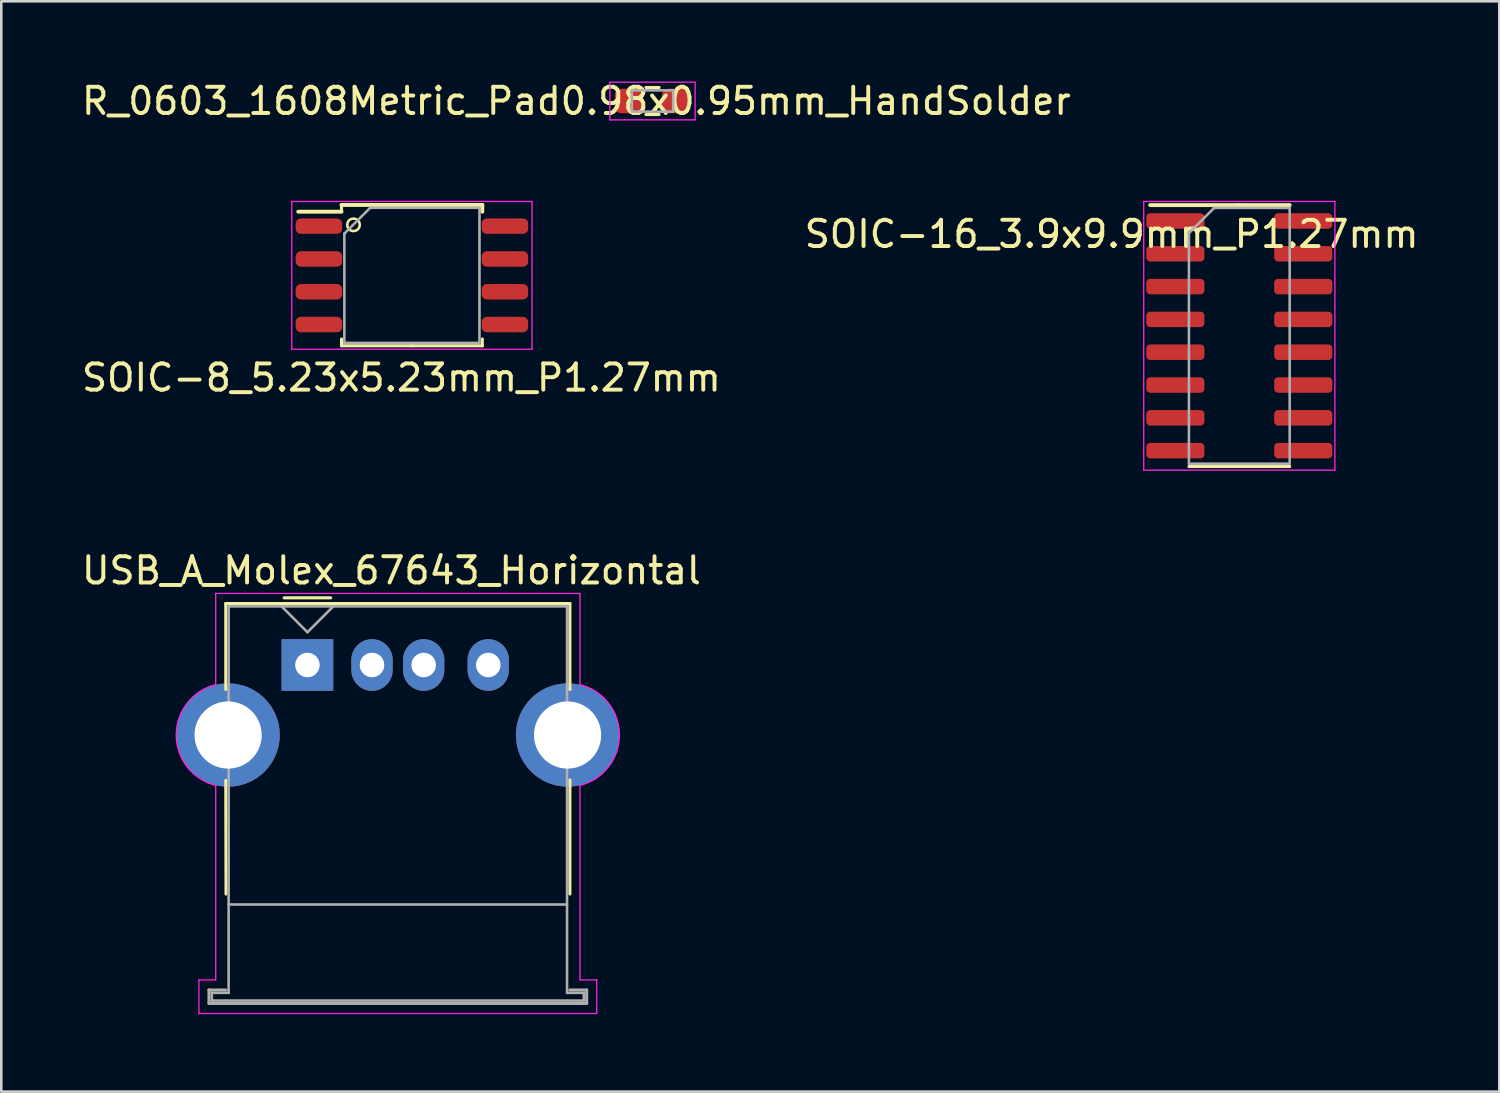
<source format=kicad_pcb>
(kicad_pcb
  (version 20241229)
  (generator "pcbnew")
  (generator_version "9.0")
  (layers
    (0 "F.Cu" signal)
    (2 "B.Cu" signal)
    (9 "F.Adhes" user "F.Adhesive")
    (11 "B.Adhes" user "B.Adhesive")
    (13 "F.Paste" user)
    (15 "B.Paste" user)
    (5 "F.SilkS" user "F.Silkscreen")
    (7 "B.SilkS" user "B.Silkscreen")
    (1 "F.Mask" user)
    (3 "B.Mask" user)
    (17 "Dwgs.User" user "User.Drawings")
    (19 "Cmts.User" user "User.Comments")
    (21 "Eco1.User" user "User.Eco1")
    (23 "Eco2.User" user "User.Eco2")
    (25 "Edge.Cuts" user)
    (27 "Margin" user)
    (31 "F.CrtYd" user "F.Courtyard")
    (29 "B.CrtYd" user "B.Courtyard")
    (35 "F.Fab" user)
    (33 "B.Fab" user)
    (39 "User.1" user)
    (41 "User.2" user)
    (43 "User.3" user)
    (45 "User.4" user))
  (footprint "SOIC-8_5.23x5.23mm_P1.27mm"
    (layer "F.Cu")
    (at 12.895 7.609)
    (property "Reference" "SOIC-8_5.23x5.23mm_P1.27mm" (at -0.406 3.962 180) (layer "F.SilkS") (effects (font (size 1.016 1.016) (thickness 0.152))))
    (attr smd)
    (fp_line (start -2.725 -2.725) (end -2.725 -2.465) (stroke (width 0.12) (type solid)) (layer "F.SilkS"))
    (fp_line (start -2.725 -2.465) (end -4.4 -2.465) (stroke (width 0.152) (type solid)) (layer "F.SilkS"))
    (fp_line (start -2.725 2.725) (end -2.725 2.465) (stroke (width 0.12) (type solid)) (layer "F.SilkS"))
    (fp_line (start 0 -2.725) (end -2.725 -2.725) (stroke (width 0.152) (type solid)) (layer "F.SilkS"))
    (fp_line (start 0 -2.725) (end 2.725 -2.725) (stroke (width 0.152) (type solid)) (layer "F.SilkS"))
    (fp_line (start 0 2.725) (end -2.725 2.725) (stroke (width 0.12) (type solid)) (layer "F.SilkS"))
    (fp_line (start 0 2.725) (end 2.725 2.725) (stroke (width 0.12) (type solid)) (layer "F.SilkS"))
    (fp_line (start 2.725 -2.725) (end 2.725 -2.465) (stroke (width 0.152) (type solid)) (layer "F.SilkS"))
    (fp_line (start 2.725 2.725) (end 2.725 2.465) (stroke (width 0.12) (type solid)) (layer "F.SilkS"))
    (fp_circle (center -2.261 -1.956) (end -2.032 -2.032) (stroke (width 0.1) (type default)) (fill no) (layer "F.SilkS"))
    (fp_line (start -4.65 -2.86) (end -4.65 2.86) (stroke (width 0.05) (type solid)) (layer "F.CrtYd"))
    (fp_line (start -4.65 2.86) (end 4.65 2.86) (stroke (width 0.05) (type solid)) (layer "F.CrtYd"))
    (fp_line (start 4.65 -2.86) (end -4.65 -2.86) (stroke (width 0.05) (type solid)) (layer "F.CrtYd"))
    (fp_line (start 4.65 2.86) (end 4.65 -2.86) (stroke (width 0.05) (type solid)) (layer "F.CrtYd"))
    (fp_line (start -2.615 -1.615) (end -1.615 -2.615) (stroke (width 0.1) (type solid)) (layer "F.Fab"))
    (fp_line (start -2.615 2.615) (end -2.615 -1.615) (stroke (width 0.1) (type solid)) (layer "F.Fab"))
    (fp_line (start -1.615 -2.615) (end 2.615 -2.615) (stroke (width 0.1) (type solid)) (layer "F.Fab"))
    (fp_line (start 2.615 -2.615) (end 2.615 2.615) (stroke (width 0.1) (type solid)) (layer "F.Fab"))
    (fp_line (start 2.615 2.615) (end -2.615 2.615) (stroke (width 0.1) (type solid)) (layer "F.Fab"))
    (pad "1" smd roundrect (at -3.6 -1.905) (size 1.8 0.6) (layers "F.Cu" "F.Mask" "F.Paste") (roundrect_rratio 0.333))
    (pad "2" smd roundrect (at -3.6 -0.635) (size 1.8 0.6) (layers "F.Cu" "F.Mask" "F.Paste") (roundrect_rratio 0.333))
    (pad "3" smd roundrect (at -3.6 0.635) (size 1.8 0.6) (layers "F.Cu" "F.Mask" "F.Paste") (roundrect_rratio 0.333))
    (pad "4" smd roundrect (at -3.6 1.905) (size 1.8 0.6) (layers "F.Cu" "F.Mask" "F.Paste") (roundrect_rratio 0.333))
    (pad "5" smd roundrect (at 3.6 1.905) (size 1.8 0.6) (layers "F.Cu" "F.Mask" "F.Paste") (roundrect_rratio 0.333))
    (pad "6" smd roundrect (at 3.6 0.635) (size 1.8 0.6) (layers "F.Cu" "F.Mask" "F.Paste") (roundrect_rratio 0.333))
    (pad "7" smd roundrect (at 3.6 -0.635) (size 1.8 0.6) (layers "F.Cu" "F.Mask" "F.Paste") (roundrect_rratio 0.333))
    (pad "8" smd roundrect (at 3.6 -1.905) (size 1.8 0.6) (layers "F.Cu" "F.Mask" "F.Paste") (roundrect_rratio 0.333)))
  (footprint "USB_A_Molex_67643_Horizontal"
    (layer "F.Cu")
    (at 8.85 22.692)
    (property "Reference" "USB_A_Molex_67643_Horizontal" (at 3.251 -3.657 0) (layer "F.SilkS") (effects (font (size 1.016 1.016) (thickness 0.152))))
    (attr through_hole)
    (fp_line (start -3.16 -2.38) (end -3.16 0.95) (stroke (width 0.12) (type solid)) (layer "F.SilkS"))
    (fp_line (start -3.16 -2.38) (end 10.16 -2.38) (stroke (width 0.12) (type solid)) (layer "F.SilkS"))
    (fp_line (start -3.15 8.865) (end -3.16 4.47) (stroke (width 0.12) (type solid)) (layer "F.SilkS"))
    (fp_line (start -0.9 -2.6) (end 0.9 -2.6) (stroke (width 0.12) (type solid)) (layer "F.SilkS"))
    (fp_line (start 10.16 -2.38) (end 10.16 0.95) (stroke (width 0.12) (type solid)) (layer "F.SilkS"))
    (fp_line (start 10.16 4.45) (end 10.16 8.865) (stroke (width 0.12) (type solid)) (layer "F.SilkS"))
    (fp_line (start -4.2 12.19) (end -3.55 12.19) (stroke (width 0.05) (type solid)) (layer "F.CrtYd"))
    (fp_line (start -4.2 13.49) (end -4.2 12.19) (stroke (width 0.05) (type solid)) (layer "F.CrtYd"))
    (fp_line (start -4.2 13.49) (end 11.2 13.49) (stroke (width 0.05) (type solid)) (layer "F.CrtYd"))
    (fp_line (start -3.55 -2.77) (end -3.55 0.76) (stroke (width 0.05) (type solid)) (layer "F.CrtYd"))
    (fp_line (start -3.55 -2.77) (end 10.55 -2.77) (stroke (width 0.05) (type solid)) (layer "F.CrtYd"))
    (fp_line (start -3.55 12.19) (end -3.55 4.66) (stroke (width 0.05) (type solid)) (layer "F.CrtYd"))
    (fp_line (start 10.55 -2.77) (end 10.55 0.76) (stroke (width 0.05) (type solid)) (layer "F.CrtYd"))
    (fp_line (start 10.55 12.19) (end 10.55 4.66) (stroke (width 0.05) (type solid)) (layer "F.CrtYd"))
    (fp_line (start 11.2 12.19) (end 10.55 12.19) (stroke (width 0.05) (type solid)) (layer "F.CrtYd"))
    (fp_line (start 11.2 13.49) (end 11.2 12.19) (stroke (width 0.05) (type solid)) (layer "F.CrtYd"))
    (fp_arc (start -3.55 4.66) (mid -5.078208 2.71) (end -3.55 0.76) (stroke (width 0.05) (type solid)) (layer "F.CrtYd"))
    (fp_arc (start 10.55 0.76) (mid 12.078208 2.71) (end 10.55 4.66) (stroke (width 0.05) (type solid)) (layer "F.CrtYd"))
    (fp_line (start -3.81 12.58) (end -3.81 13.1) (stroke (width 0.12) (type solid)) (layer "F.Fab"))
    (fp_line (start -3.81 13.1) (end 10.81 13.1) (stroke (width 0.12) (type solid)) (layer "F.Fab"))
    (fp_line (start -3.7 12.69) (end -3.7 12.99) (stroke (width 0.1) (type solid)) (layer "F.Fab"))
    (fp_line (start -3.7 12.99) (end 10.7 12.99) (stroke (width 0.1) (type solid)) (layer "F.Fab"))
    (fp_line (start -3.16 12.58) (end -3.81 12.58) (stroke (width 0.12) (type solid)) (layer "F.Fab"))
    (fp_line (start -3.05 -2.27) (end 10.05 -2.27) (stroke (width 0.1) (type solid)) (layer "F.Fab"))
    (fp_line (start -3.05 9.27) (end 10.05 9.27) (stroke (width 0.1) (type solid)) (layer "F.Fab"))
    (fp_line (start -3.05 12.69) (end -3.7 12.69) (stroke (width 0.1) (type solid)) (layer "F.Fab"))
    (fp_line (start -3.05 12.69) (end -3.05 -2.27) (stroke (width 0.1) (type solid)) (layer "F.Fab"))
    (fp_line (start -1 -2.27) (end 0 -1.27) (stroke (width 0.1) (type solid)) (layer "F.Fab"))
    (fp_line (start 0 -1.27) (end 1 -2.27) (stroke (width 0.1) (type solid)) (layer "F.Fab"))
    (fp_line (start 10.05 -2.27) (end 10.05 12.69) (stroke (width 0.1) (type solid)) (layer "F.Fab"))
    (fp_line (start 10.7 12.69) (end 10.05 12.69) (stroke (width 0.1) (type solid)) (layer "F.Fab"))
    (fp_line (start 10.7 12.99) (end 10.7 12.69) (stroke (width 0.1) (type solid)) (layer "F.Fab"))
    (fp_line (start 10.81 12.58) (end 10.16 12.58) (stroke (width 0.12) (type solid)) (layer "F.Fab"))
    (fp_line (start 10.81 13.1) (end 10.81 12.58) (stroke (width 0.12) (type solid)) (layer "F.Fab"))
    (pad "1" thru_hole rect (at 0 0) (size 2 2) (drill 0.95) (layers "*.Cu" "*.Mask"))
    (pad "2" thru_hole oval (at 2.5 0) (size 1.6 2) (drill 0.95) (layers "*.Cu" "*.Mask"))
    (pad "3" thru_hole oval (at 4.5 0) (size 1.6 2) (drill 0.95) (layers "*.Cu" "*.Mask"))
    (pad "4" thru_hole oval (at 7 0) (size 1.6 2) (drill 0.95) (layers "*.Cu" "*.Mask"))
    (pad "5" thru_hole circle (at -3.07 2.71) (size 4 4) (drill 2.6) (layers "*.Cu" "*.Mask"))
    (pad "5" thru_hole circle (at 10.07 2.71) (size 4 4) (drill 2.6) (layers "*.Cu" "*.Mask")))
  (footprint "SOIC-16_3.9x9.9mm_P1.27mm"
    (layer "F.Cu")
    (at 44.923 9.949)
    (property "Reference" "SOIC-16_3.9x9.9mm_P1.27mm" (at -4.942 -3.937 0) (layer "F.SilkS") (effects (font (size 1.016 1.016) (thickness 0.152))))
    (attr smd)
    (fp_line (start 0 -5.06) (end -3.45 -5.06) (stroke (width 0.152) (type solid)) (layer "F.SilkS"))
    (fp_line (start 0 -5.06) (end 1.95 -5.06) (stroke (width 0.152) (type solid)) (layer "F.SilkS"))
    (fp_line (start 0 5.06) (end -1.95 5.06) (stroke (width 0.12) (type solid)) (layer "F.SilkS"))
    (fp_line (start 0 5.06) (end 1.95 5.06) (stroke (width 0.12) (type solid)) (layer "F.SilkS"))
    (fp_line (start -3.7 -5.2) (end -3.7 5.2) (stroke (width 0.05) (type solid)) (layer "F.CrtYd"))
    (fp_line (start -3.7 5.2) (end 3.7 5.2) (stroke (width 0.05) (type solid)) (layer "F.CrtYd"))
    (fp_line (start 3.7 -5.2) (end -3.7 -5.2) (stroke (width 0.05) (type solid)) (layer "F.CrtYd"))
    (fp_line (start 3.7 5.2) (end 3.7 -5.2) (stroke (width 0.05) (type solid)) (layer "F.CrtYd"))
    (fp_line (start -1.95 -3.975) (end -0.975 -4.95) (stroke (width 0.1) (type solid)) (layer "F.Fab"))
    (fp_line (start -1.95 4.95) (end -1.95 -3.975) (stroke (width 0.1) (type solid)) (layer "F.Fab"))
    (fp_line (start -0.975 -4.95) (end 1.95 -4.95) (stroke (width 0.1) (type solid)) (layer "F.Fab"))
    (fp_line (start 1.95 -4.95) (end 1.95 4.95) (stroke (width 0.1) (type solid)) (layer "F.Fab"))
    (fp_line (start 1.95 4.95) (end -1.95 4.95) (stroke (width 0.1) (type solid)) (layer "F.Fab"))
    (pad "1" smd roundrect (at -2.475 -4.445) (size 2.25 0.6) (layers "F.Cu" "F.Mask" "F.Paste") (roundrect_rratio 0.25))
    (pad "2" smd roundrect (at -2.475 -3.175) (size 2.25 0.6) (layers "F.Cu" "F.Mask" "F.Paste") (roundrect_rratio 0.25))
    (pad "3" smd roundrect (at -2.475 -1.905) (size 2.25 0.6) (layers "F.Cu" "F.Mask" "F.Paste") (roundrect_rratio 0.25))
    (pad "4" smd roundrect (at -2.475 -0.635) (size 2.25 0.6) (layers "F.Cu" "F.Mask" "F.Paste") (roundrect_rratio 0.25))
    (pad "5" smd roundrect (at -2.475 0.635) (size 2.25 0.6) (layers "F.Cu" "F.Mask" "F.Paste") (roundrect_rratio 0.25))
    (pad "6" smd roundrect (at -2.475 1.905) (size 2.25 0.6) (layers "F.Cu" "F.Mask" "F.Paste") (roundrect_rratio 0.25))
    (pad "7" smd roundrect (at -2.475 3.175) (size 2.25 0.6) (layers "F.Cu" "F.Mask" "F.Paste") (roundrect_rratio 0.25))
    (pad "8" smd roundrect (at -2.475 4.445) (size 2.25 0.6) (layers "F.Cu" "F.Mask" "F.Paste") (roundrect_rratio 0.25))
    (pad "9" smd roundrect (at 2.475 4.445) (size 2.25 0.6) (layers "F.Cu" "F.Mask" "F.Paste") (roundrect_rratio 0.25))
    (pad "10" smd roundrect (at 2.475 3.175) (size 2.25 0.6) (layers "F.Cu" "F.Mask" "F.Paste") (roundrect_rratio 0.25))
    (pad "11" smd roundrect (at 2.475 1.905) (size 2.25 0.6) (layers "F.Cu" "F.Mask" "F.Paste") (roundrect_rratio 0.25))
    (pad "12" smd roundrect (at 2.475 0.635) (size 2.25 0.6) (layers "F.Cu" "F.Mask" "F.Paste") (roundrect_rratio 0.25))
    (pad "13" smd roundrect (at 2.475 -0.635) (size 2.25 0.6) (layers "F.Cu" "F.Mask" "F.Paste") (roundrect_rratio 0.25))
    (pad "14" smd roundrect (at 2.475 -1.905) (size 2.25 0.6) (layers "F.Cu" "F.Mask" "F.Paste") (roundrect_rratio 0.25))
    (pad "15" smd roundrect (at 2.475 -3.175) (size 2.25 0.6) (layers "F.Cu" "F.Mask" "F.Paste") (roundrect_rratio 0.25))
    (pad "16" smd roundrect (at 2.475 -4.445) (size 2.25 0.6) (layers "F.Cu" "F.Mask" "F.Paste") (roundrect_rratio 0.25)))
  (footprint "R_0603_1608Metric_Pad0.98x0.95mm_HandSolder"
    (layer "F.Cu")
    (at 22.208 0.86)
    (property "Reference" "R_0603_1608Metric_Pad0.98x0.95mm_HandSolder" (at -2.946 0.002 0) (layer "F.SilkS") (effects (font (size 1.016 1.016) (thickness 0.152))))
    (attr smd)
    (fp_line (start -0.255 -0.522) (end 0.255 -0.522) (stroke (width 0.12) (type solid)) (layer "F.SilkS"))
    (fp_line (start -0.255 0.522) (end 0.255 0.522) (stroke (width 0.12) (type solid)) (layer "F.SilkS"))
    (fp_line (start -1.65 -0.73) (end 1.65 -0.73) (stroke (width 0.05) (type solid)) (layer "F.CrtYd"))
    (fp_line (start -1.65 0.73) (end -1.65 -0.73) (stroke (width 0.05) (type solid)) (layer "F.CrtYd"))
    (fp_line (start 1.65 -0.73) (end 1.65 0.73) (stroke (width 0.05) (type solid)) (layer "F.CrtYd"))
    (fp_line (start 1.65 0.73) (end -1.65 0.73) (stroke (width 0.05) (type solid)) (layer "F.CrtYd"))
    (fp_line (start -0.8 -0.412) (end 0.8 -0.412) (stroke (width 0.1) (type solid)) (layer "F.Fab"))
    (fp_line (start -0.8 0.412) (end -0.8 -0.412) (stroke (width 0.1) (type solid)) (layer "F.Fab"))
    (fp_line (start 0.8 -0.412) (end 0.8 0.412) (stroke (width 0.1) (type solid)) (layer "F.Fab"))
    (fp_line (start 0.8 0.412) (end -0.8 0.412) (stroke (width 0.1) (type solid)) (layer "F.Fab"))
    (pad "1" smd roundrect (at -0.912 0) (size 1.1 0.95) (layers "F.Cu" "F.Mask" "F.Paste") (roundrect_rratio 0.25))
    (pad "2" smd roundrect (at 0.912 0) (size 1.1 0.95) (layers "F.Cu" "F.Mask" "F.Paste") (roundrect_rratio 0.25)))
  (gr_rect
    (start -3 -3)
    (end 54.986 39.207)
    (stroke (width 0.1) (type default))
    (fill no)
    (layer "Edge.Cuts")))
</source>
